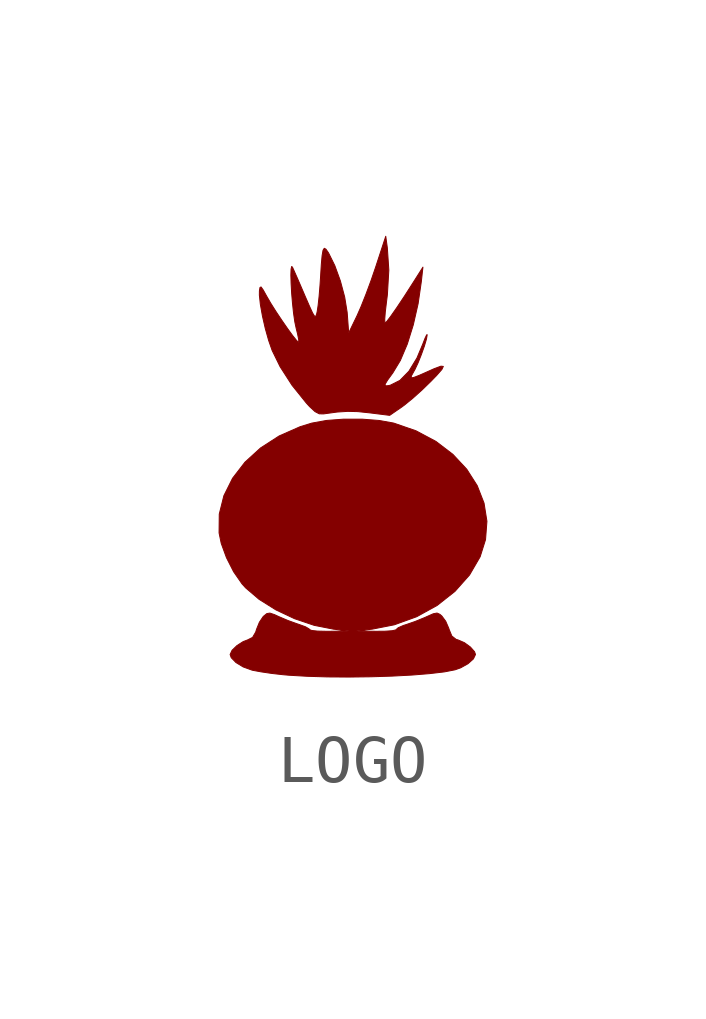
<source format=kicad_sym>
(kicad_symbol_lib
  (version 20210619)
  (generator bitmap2component)
  (symbol "LOGO"
    (pin_names
      (offset 1.016))
    (property "Reference" "#G"
      (at 0 4.375 0)
      (effects (font (size 1.27 1.27)) hide))
    (symbol "LOGO_0_0"
      (polyline (pts (xy 0.378 -4.297) (xy 0.821 -4.283) (xy 1.236 -4.261) (xy 1.604 -4.231) (xy 1.908 -4.195) (xy 2.129 -4.152) (xy 2.245 -4.111) (xy 2.399 -4.025) (xy 2.511 -3.925) (xy 2.555 -3.833) (xy 2.535 -3.775) (xy 2.449 -3.678) (xy 2.324 -3.587) (xy 2.192 -3.53) (xy 2.151 -3.518) (xy 2.062 -3.448) (xy 2.005 -3.309) (xy 1.999 -3.289) (xy 1.935 -3.141) (xy 1.855 -3.033) (xy 1.814 -2.997) (xy 1.754 -2.97) (xy 1.675 -2.985) (xy 1.542 -3.044) (xy 1.5 -3.063) (xy 1.302 -3.144) (xy 1.115 -3.209) (xy 1.055 -3.228) (xy 0.945 -3.276) (xy 0.902 -3.314) (xy 0.896 -3.321) (xy 0.821 -3.338) (xy 0.678 -3.348) (xy 0.488 -3.35) (xy 0.075 -3.344) (xy 0.404 -3.305) (xy 0.863 -3.215) (xy 1.331 -3.046) (xy 1.757 -2.811) (xy 2.128 -2.518) (xy 2.431 -2.177) (xy 2.652 -1.797) (xy 2.764 -1.441) (xy 2.793 -1.059) (xy 2.733 -0.681) (xy 2.591 -0.317) (xy 2.373 0.025) (xy 2.084 0.335) (xy 1.73 0.605) (xy 1.317 0.825) (xy 0.852 0.986) (xy 0.552 1.04) (xy 0.192 1.068) (xy -0.188 1.068) (xy -0.548 1.041) (xy -0.852 0.986) (xy -1.094 0.912) (xy -1.534 0.718) (xy -1.92 0.469) (xy -2.246 0.172) (xy -2.504 -0.163) (xy -2.685 -0.526) (xy -2.781 -0.909) (xy -2.785 -1.301) (xy -2.74 -1.519) (xy -2.631 -1.817) (xy -2.482 -2.11) (xy -2.308 -2.361) (xy -2.232 -2.445) (xy -1.951 -2.685) (xy -1.602 -2.904) (xy -1.212 -3.088) (xy -0.804 -3.226) (xy -0.404 -3.305) (xy -0.075 -3.344) (xy -0.488 -3.35) (xy -0.556 -3.35) (xy -0.733 -3.346) (xy -0.856 -3.333) (xy -0.902 -3.314) (xy -0.91 -3.3) (xy -0.986 -3.256) (xy -1.115 -3.209) (xy -1.157 -3.195) (xy -1.354 -3.124) (xy -1.542 -3.044) (xy -1.631 -3.003) (xy -1.726 -2.971) (xy -1.79 -2.981) (xy -1.855 -3.033) (xy -1.866 -3.043) (xy -1.945 -3.161) (xy -2.005 -3.309) (xy -2.022 -3.365) (xy -2.087 -3.477) (xy -2.192 -3.53) (xy -2.282 -3.564) (xy -2.412 -3.647) (xy -2.514 -3.745) (xy -2.555 -3.833) (xy -2.532 -3.899) (xy -2.434 -4) (xy -2.283 -4.092) (xy -2.104 -4.157) (xy -2.081 -4.163) (xy -1.907 -4.195) (xy -1.684 -4.228) (xy -1.453 -4.254) (xy -1.327 -4.265) (xy -0.947 -4.287) (xy -0.524 -4.3) (xy -0.077 -4.303) (xy 0.378 -4.297)) (stroke (width 0.01)) (fill (type outline)))
      (polyline (pts (xy 1.023 1.323) (xy 1.08 1.365) (xy 1.25 1.504) (xy 1.444 1.678) (xy 1.628 1.857) (xy 1.748 1.981) (xy 1.855 2.103) (xy 1.885 2.166) (xy 1.836 2.171) (xy 1.704 2.123) (xy 1.485 2.025) (xy 1.378 1.978) (xy 1.265 1.935) (xy 1.213 1.927) (xy 1.222 1.973) (xy 1.273 2.065) (xy 1.296 2.106) (xy 1.359 2.241) (xy 1.427 2.412) (xy 1.49 2.588) (xy 1.534 2.737) (xy 1.549 2.826) (xy 1.539 2.825) (xy 1.505 2.755) (xy 1.455 2.626) (xy 1.336 2.342) (xy 1.168 2.066) (xy 0.981 1.875) (xy 0.782 1.775) (xy 0.736 1.765) (xy 0.678 1.761) (xy 0.673 1.796) (xy 0.724 1.881) (xy 0.834 2.032) (xy 0.99 2.29) (xy 1.135 2.632) (xy 1.26 3.033) (xy 1.36 3.473) (xy 1.427 3.933) (xy 1.46 4.233) (xy 1.349 4.058) (xy 1.273 3.938) (xy 1.079 3.635) (xy 0.916 3.39) (xy 0.79 3.21) (xy 0.707 3.101) (xy 0.669 3.071) (xy 0.667 3.076) (xy 0.665 3.152) (xy 0.676 3.295) (xy 0.698 3.481) (xy 0.72 3.659) (xy 0.75 4.172) (xy 0.719 4.635) (xy 0.686 4.876) (xy 0.474 4.229) (xy 0.378 3.95) (xy 0.273 3.667) (xy 0.172 3.413) (xy 0.088 3.222) (xy -0.086 2.862) (xy -0.114 3.247) (xy -0.118 3.294) (xy -0.169 3.61) (xy -0.259 3.947) (xy -0.375 4.266) (xy -0.503 4.525) (xy -0.512 4.539) (xy -0.559 4.607) (xy -0.594 4.626) (xy -0.62 4.585) (xy -0.639 4.476) (xy -0.656 4.287) (xy -0.673 4.008) (xy -0.683 3.857) (xy -0.702 3.625) (xy -0.723 3.432) (xy -0.742 3.307) (xy -0.754 3.254) (xy -0.772 3.208) (xy -0.797 3.213) (xy -0.837 3.278) (xy -0.9 3.415) (xy -0.995 3.633) (xy -1.064 3.794) (xy -1.15 3.993) (xy -1.218 4.147) (xy -1.257 4.233) (xy -1.273 4.247) (xy -1.286 4.191) (xy -1.29 4.068) (xy -1.285 3.896) (xy -1.274 3.695) (xy -1.256 3.482) (xy -1.234 3.276) (xy -1.208 3.095) (xy -1.179 2.958) (xy -1.15 2.842) (xy -1.126 2.72) (xy -1.125 2.666) (xy -1.127 2.665) (xy -1.169 2.704) (xy -1.251 2.806) (xy -1.358 2.953) (xy -1.479 3.128) (xy -1.601 3.311) (xy -1.71 3.484) (xy -1.794 3.629) (xy -1.867 3.76) (xy -1.911 3.821) (xy -1.933 3.81) (xy -1.945 3.738) (xy -1.946 3.651) (xy -1.925 3.457) (xy -1.882 3.216) (xy -1.823 2.957) (xy -1.753 2.708) (xy -1.68 2.499) (xy -1.514 2.16) (xy -1.265 1.773) (xy -0.969 1.405) (xy -0.9 1.329) (xy -0.787 1.225) (xy -0.699 1.179) (xy -0.611 1.177) (xy -0.597 1.179) (xy -0.326 1.216) (xy -0.106 1.23) (xy 0.105 1.225) (xy 0.352 1.199) (xy 0.768 1.147) (xy 1.023 1.323)) (stroke (width 0.01)) (fill (type outline))))))
</source>
